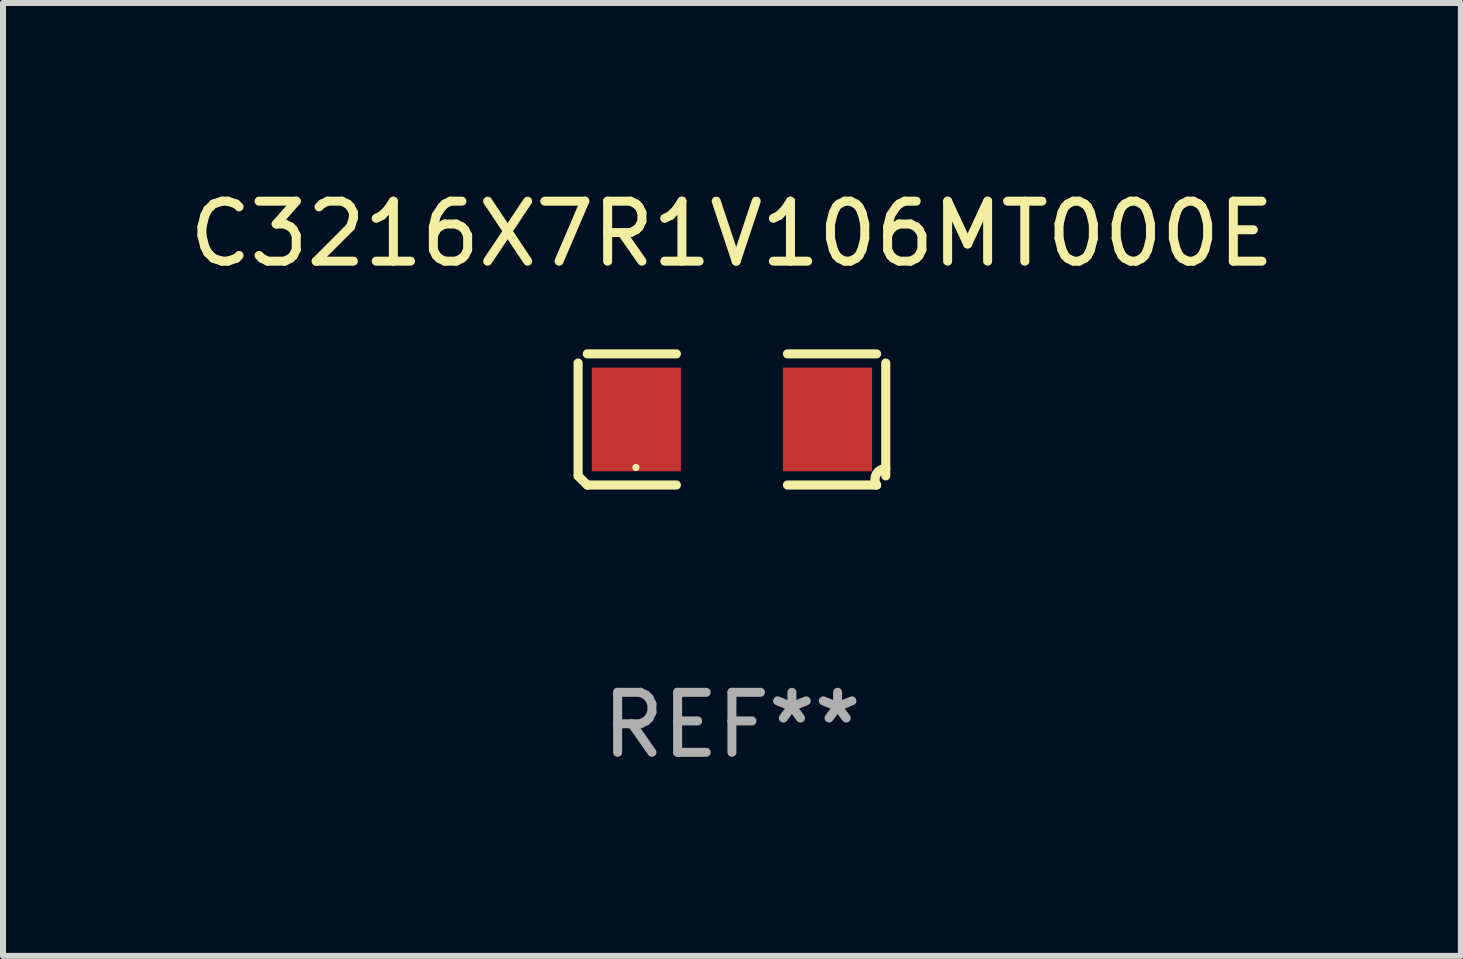
<source format=kicad_pcb>
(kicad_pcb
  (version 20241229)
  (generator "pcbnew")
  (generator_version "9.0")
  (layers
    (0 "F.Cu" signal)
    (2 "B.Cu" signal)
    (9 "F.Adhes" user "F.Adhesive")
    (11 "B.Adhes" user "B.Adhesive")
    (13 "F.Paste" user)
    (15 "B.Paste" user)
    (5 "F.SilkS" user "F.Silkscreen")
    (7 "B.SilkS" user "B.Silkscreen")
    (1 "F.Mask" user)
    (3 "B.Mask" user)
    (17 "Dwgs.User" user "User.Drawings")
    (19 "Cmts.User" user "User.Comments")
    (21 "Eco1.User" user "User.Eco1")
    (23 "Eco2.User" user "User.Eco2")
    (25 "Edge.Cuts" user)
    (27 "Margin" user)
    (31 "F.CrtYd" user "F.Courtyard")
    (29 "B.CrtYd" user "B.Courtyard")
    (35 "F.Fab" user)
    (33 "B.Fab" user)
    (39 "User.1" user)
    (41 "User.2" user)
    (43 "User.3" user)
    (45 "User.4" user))
  (footprint "C3216X7R1V106MT000E"
    (layer "F.Cu")
    (at 9.149 3.941)
    (property "Reference" "C3216X7R1V106MT000E" (at 0 -3.093 0) (layer "F.SilkS") (effects (font (size 1 1) (thickness 0.15))))
    (attr through_hole)
    (fp_line (start -2.564 0.94) (end -2.564 -0.94) (stroke (width 0.152) (type solid)) (layer "F.SilkS"))
    (fp_line (start -2.411 -1.093) (end -0.926 -1.093) (stroke (width 0.152) (type solid)) (layer "F.SilkS"))
    (fp_line (start -0.926 1.093) (end -2.411 1.093) (stroke (width 0.152) (type solid)) (layer "F.SilkS"))
    (fp_line (start 0.926 1.093) (end 2.411 1.093) (stroke (width 0.152) (type solid)) (layer "F.SilkS"))
    (fp_line (start 2.411 -1.093) (end 0.926 -1.093) (stroke (width 0.152) (type solid)) (layer "F.SilkS"))
    (fp_line (start 2.564 0.94) (end 2.564 -0.94) (stroke (width 0.152) (type solid)) (layer "F.SilkS"))
    (fp_arc (start -2.411201 1.092609) (mid -2.487413 1.01642) (end -2.563602 0.940208) (stroke (width 0.1524) (type solid)) (layer "F.SilkS"))
    (fp_arc (start 2.411201 1.092609) (mid 2.407159 0.911226) (end 2.563602 0.819347) (stroke (width 0.1524) (type solid)) (layer "F.SilkS"))
    (fp_circle (center -1.6 0.8) (end -1.57 0.8) (stroke (width 0.06) (type solid)) (fill no) (layer "F.SilkS"))
    (fp_text user "REF**" (at 0 5.093 0) (layer "F.Fab") (effects (font (size 1 1) (thickness 0.15))))
    (pad "1" smd rect (at -1.593 0) (size 1.485 1.728) (layers "F.Cu" "F.Mask" "F.Paste"))
    (pad "2" smd rect (at 1.593 0) (size 1.485 1.728) (layers "F.Cu" "F.Mask" "F.Paste")))
  (gr_rect
    (start -3 -3)
    (end 21.298 12.882)
    (stroke (width 0.1) (type default))
    (fill no)
    (layer "Edge.Cuts")))
</source>
